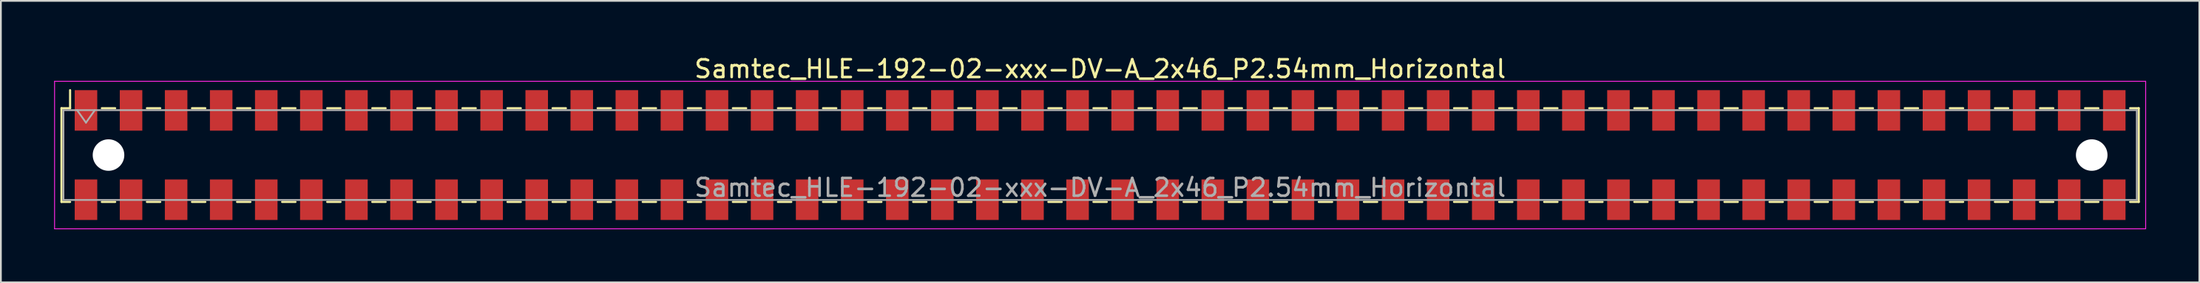
<source format=kicad_pcb>
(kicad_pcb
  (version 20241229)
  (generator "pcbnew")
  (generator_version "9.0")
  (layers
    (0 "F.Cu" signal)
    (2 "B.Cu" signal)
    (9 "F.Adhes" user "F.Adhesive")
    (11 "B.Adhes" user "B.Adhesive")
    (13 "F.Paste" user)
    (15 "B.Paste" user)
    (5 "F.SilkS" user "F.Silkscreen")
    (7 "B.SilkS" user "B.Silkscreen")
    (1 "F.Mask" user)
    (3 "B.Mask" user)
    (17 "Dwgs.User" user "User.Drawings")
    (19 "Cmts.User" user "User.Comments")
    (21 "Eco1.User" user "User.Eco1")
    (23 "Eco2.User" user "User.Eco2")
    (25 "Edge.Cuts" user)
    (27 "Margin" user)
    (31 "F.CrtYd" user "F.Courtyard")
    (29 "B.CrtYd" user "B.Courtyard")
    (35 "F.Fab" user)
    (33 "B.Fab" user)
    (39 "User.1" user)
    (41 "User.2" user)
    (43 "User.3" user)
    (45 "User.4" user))
  (footprint "Samtec_HLE-192-02-xxx-DV-A_2x46_P2.54mm_Horizontal"
    (layer "F.Cu")
    (at 58.945 5.718)
    (property "Reference" "Samtec_HLE-192-02-xxx-DV-A_2x46_P2.54mm_Horizontal" (at 0 -4.87 0) (layer "F.SilkS") (effects (font (size 1 1) (thickness 0.15))))
    (attr smd)
    (fp_line (start -58.53 -2.65) (end -58.53 2.65) (stroke (width 0.12) (type solid)) (layer "F.SilkS"))
    (fp_line (start -58.53 2.65) (end -58.045 2.65) (stroke (width 0.12) (type solid)) (layer "F.SilkS"))
    (fp_line (start -58.045 -3.67) (end -58.045 -2.65) (stroke (width 0.12) (type solid)) (layer "F.SilkS"))
    (fp_line (start -58.045 -2.65) (end -58.53 -2.65) (stroke (width 0.12) (type solid)) (layer "F.SilkS"))
    (fp_line (start -56.255 -2.65) (end -55.505 -2.65) (stroke (width 0.12) (type solid)) (layer "F.SilkS"))
    (fp_line (start -56.255 2.65) (end -55.505 2.65) (stroke (width 0.12) (type solid)) (layer "F.SilkS"))
    (fp_line (start -53.715 -2.65) (end -52.965 -2.65) (stroke (width 0.12) (type solid)) (layer "F.SilkS"))
    (fp_line (start -53.715 2.65) (end -52.965 2.65) (stroke (width 0.12) (type solid)) (layer "F.SilkS"))
    (fp_line (start -51.175 -2.65) (end -50.425 -2.65) (stroke (width 0.12) (type solid)) (layer "F.SilkS"))
    (fp_line (start -51.175 2.65) (end -50.425 2.65) (stroke (width 0.12) (type solid)) (layer "F.SilkS"))
    (fp_line (start -48.635 -2.65) (end -47.885 -2.65) (stroke (width 0.12) (type solid)) (layer "F.SilkS"))
    (fp_line (start -48.635 2.65) (end -47.885 2.65) (stroke (width 0.12) (type solid)) (layer "F.SilkS"))
    (fp_line (start -46.095 -2.65) (end -45.345 -2.65) (stroke (width 0.12) (type solid)) (layer "F.SilkS"))
    (fp_line (start -46.095 2.65) (end -45.345 2.65) (stroke (width 0.12) (type solid)) (layer "F.SilkS"))
    (fp_line (start -43.555 -2.65) (end -42.805 -2.65) (stroke (width 0.12) (type solid)) (layer "F.SilkS"))
    (fp_line (start -43.555 2.65) (end -42.805 2.65) (stroke (width 0.12) (type solid)) (layer "F.SilkS"))
    (fp_line (start -41.015 -2.65) (end -40.265 -2.65) (stroke (width 0.12) (type solid)) (layer "F.SilkS"))
    (fp_line (start -41.015 2.65) (end -40.265 2.65) (stroke (width 0.12) (type solid)) (layer "F.SilkS"))
    (fp_line (start -38.475 -2.65) (end -37.725 -2.65) (stroke (width 0.12) (type solid)) (layer "F.SilkS"))
    (fp_line (start -38.475 2.65) (end -37.725 2.65) (stroke (width 0.12) (type solid)) (layer "F.SilkS"))
    (fp_line (start -35.935 -2.65) (end -35.185 -2.65) (stroke (width 0.12) (type solid)) (layer "F.SilkS"))
    (fp_line (start -35.935 2.65) (end -35.185 2.65) (stroke (width 0.12) (type solid)) (layer "F.SilkS"))
    (fp_line (start -33.395 -2.65) (end -32.645 -2.65) (stroke (width 0.12) (type solid)) (layer "F.SilkS"))
    (fp_line (start -33.395 2.65) (end -32.645 2.65) (stroke (width 0.12) (type solid)) (layer "F.SilkS"))
    (fp_line (start -30.855 -2.65) (end -30.105 -2.65) (stroke (width 0.12) (type solid)) (layer "F.SilkS"))
    (fp_line (start -30.855 2.65) (end -30.105 2.65) (stroke (width 0.12) (type solid)) (layer "F.SilkS"))
    (fp_line (start -28.315 -2.65) (end -27.565 -2.65) (stroke (width 0.12) (type solid)) (layer "F.SilkS"))
    (fp_line (start -28.315 2.65) (end -27.565 2.65) (stroke (width 0.12) (type solid)) (layer "F.SilkS"))
    (fp_line (start -25.775 -2.65) (end -25.025 -2.65) (stroke (width 0.12) (type solid)) (layer "F.SilkS"))
    (fp_line (start -25.775 2.65) (end -25.025 2.65) (stroke (width 0.12) (type solid)) (layer "F.SilkS"))
    (fp_line (start -23.235 -2.65) (end -22.485 -2.65) (stroke (width 0.12) (type solid)) (layer "F.SilkS"))
    (fp_line (start -23.235 2.65) (end -22.485 2.65) (stroke (width 0.12) (type solid)) (layer "F.SilkS"))
    (fp_line (start -20.695 -2.65) (end -19.945 -2.65) (stroke (width 0.12) (type solid)) (layer "F.SilkS"))
    (fp_line (start -20.695 2.65) (end -19.945 2.65) (stroke (width 0.12) (type solid)) (layer "F.SilkS"))
    (fp_line (start -18.155 -2.65) (end -17.405 -2.65) (stroke (width 0.12) (type solid)) (layer "F.SilkS"))
    (fp_line (start -18.155 2.65) (end -17.405 2.65) (stroke (width 0.12) (type solid)) (layer "F.SilkS"))
    (fp_line (start -15.615 -2.65) (end -14.865 -2.65) (stroke (width 0.12) (type solid)) (layer "F.SilkS"))
    (fp_line (start -15.615 2.65) (end -14.865 2.65) (stroke (width 0.12) (type solid)) (layer "F.SilkS"))
    (fp_line (start -13.075 -2.65) (end -12.325 -2.65) (stroke (width 0.12) (type solid)) (layer "F.SilkS"))
    (fp_line (start -13.075 2.65) (end -12.325 2.65) (stroke (width 0.12) (type solid)) (layer "F.SilkS"))
    (fp_line (start -10.535 -2.65) (end -9.785 -2.65) (stroke (width 0.12) (type solid)) (layer "F.SilkS"))
    (fp_line (start -10.535 2.65) (end -9.785 2.65) (stroke (width 0.12) (type solid)) (layer "F.SilkS"))
    (fp_line (start -7.995 -2.65) (end -7.245 -2.65) (stroke (width 0.12) (type solid)) (layer "F.SilkS"))
    (fp_line (start -7.995 2.65) (end -7.245 2.65) (stroke (width 0.12) (type solid)) (layer "F.SilkS"))
    (fp_line (start -5.455 -2.65) (end -4.705 -2.65) (stroke (width 0.12) (type solid)) (layer "F.SilkS"))
    (fp_line (start -5.455 2.65) (end -4.705 2.65) (stroke (width 0.12) (type solid)) (layer "F.SilkS"))
    (fp_line (start -2.915 -2.65) (end -2.165 -2.65) (stroke (width 0.12) (type solid)) (layer "F.SilkS"))
    (fp_line (start -2.915 2.65) (end -2.165 2.65) (stroke (width 0.12) (type solid)) (layer "F.SilkS"))
    (fp_line (start -0.375 -2.65) (end 0.375 -2.65) (stroke (width 0.12) (type solid)) (layer "F.SilkS"))
    (fp_line (start -0.375 2.65) (end 0.375 2.65) (stroke (width 0.12) (type solid)) (layer "F.SilkS"))
    (fp_line (start 2.165 -2.65) (end 2.915 -2.65) (stroke (width 0.12) (type solid)) (layer "F.SilkS"))
    (fp_line (start 2.165 2.65) (end 2.915 2.65) (stroke (width 0.12) (type solid)) (layer "F.SilkS"))
    (fp_line (start 4.705 -2.65) (end 5.455 -2.65) (stroke (width 0.12) (type solid)) (layer "F.SilkS"))
    (fp_line (start 4.705 2.65) (end 5.455 2.65) (stroke (width 0.12) (type solid)) (layer "F.SilkS"))
    (fp_line (start 7.245 -2.65) (end 7.995 -2.65) (stroke (width 0.12) (type solid)) (layer "F.SilkS"))
    (fp_line (start 7.245 2.65) (end 7.995 2.65) (stroke (width 0.12) (type solid)) (layer "F.SilkS"))
    (fp_line (start 9.785 -2.65) (end 10.535 -2.65) (stroke (width 0.12) (type solid)) (layer "F.SilkS"))
    (fp_line (start 9.785 2.65) (end 10.535 2.65) (stroke (width 0.12) (type solid)) (layer "F.SilkS"))
    (fp_line (start 12.325 -2.65) (end 13.075 -2.65) (stroke (width 0.12) (type solid)) (layer "F.SilkS"))
    (fp_line (start 12.325 2.65) (end 13.075 2.65) (stroke (width 0.12) (type solid)) (layer "F.SilkS"))
    (fp_line (start 14.865 -2.65) (end 15.615 -2.65) (stroke (width 0.12) (type solid)) (layer "F.SilkS"))
    (fp_line (start 14.865 2.65) (end 15.615 2.65) (stroke (width 0.12) (type solid)) (layer "F.SilkS"))
    (fp_line (start 17.405 -2.65) (end 18.155 -2.65) (stroke (width 0.12) (type solid)) (layer "F.SilkS"))
    (fp_line (start 17.405 2.65) (end 18.155 2.65) (stroke (width 0.12) (type solid)) (layer "F.SilkS"))
    (fp_line (start 19.945 -2.65) (end 20.695 -2.65) (stroke (width 0.12) (type solid)) (layer "F.SilkS"))
    (fp_line (start 19.945 2.65) (end 20.695 2.65) (stroke (width 0.12) (type solid)) (layer "F.SilkS"))
    (fp_line (start 22.485 -2.65) (end 23.235 -2.65) (stroke (width 0.12) (type solid)) (layer "F.SilkS"))
    (fp_line (start 22.485 2.65) (end 23.235 2.65) (stroke (width 0.12) (type solid)) (layer "F.SilkS"))
    (fp_line (start 25.025 -2.65) (end 25.775 -2.65) (stroke (width 0.12) (type solid)) (layer "F.SilkS"))
    (fp_line (start 25.025 2.65) (end 25.775 2.65) (stroke (width 0.12) (type solid)) (layer "F.SilkS"))
    (fp_line (start 27.565 -2.65) (end 28.315 -2.65) (stroke (width 0.12) (type solid)) (layer "F.SilkS"))
    (fp_line (start 27.565 2.65) (end 28.315 2.65) (stroke (width 0.12) (type solid)) (layer "F.SilkS"))
    (fp_line (start 30.105 -2.65) (end 30.855 -2.65) (stroke (width 0.12) (type solid)) (layer "F.SilkS"))
    (fp_line (start 30.105 2.65) (end 30.855 2.65) (stroke (width 0.12) (type solid)) (layer "F.SilkS"))
    (fp_line (start 32.645 -2.65) (end 33.395 -2.65) (stroke (width 0.12) (type solid)) (layer "F.SilkS"))
    (fp_line (start 32.645 2.65) (end 33.395 2.65) (stroke (width 0.12) (type solid)) (layer "F.SilkS"))
    (fp_line (start 35.185 -2.65) (end 35.935 -2.65) (stroke (width 0.12) (type solid)) (layer "F.SilkS"))
    (fp_line (start 35.185 2.65) (end 35.935 2.65) (stroke (width 0.12) (type solid)) (layer "F.SilkS"))
    (fp_line (start 37.725 -2.65) (end 38.475 -2.65) (stroke (width 0.12) (type solid)) (layer "F.SilkS"))
    (fp_line (start 37.725 2.65) (end 38.475 2.65) (stroke (width 0.12) (type solid)) (layer "F.SilkS"))
    (fp_line (start 40.265 -2.65) (end 41.015 -2.65) (stroke (width 0.12) (type solid)) (layer "F.SilkS"))
    (fp_line (start 40.265 2.65) (end 41.015 2.65) (stroke (width 0.12) (type solid)) (layer "F.SilkS"))
    (fp_line (start 42.805 -2.65) (end 43.555 -2.65) (stroke (width 0.12) (type solid)) (layer "F.SilkS"))
    (fp_line (start 42.805 2.65) (end 43.555 2.65) (stroke (width 0.12) (type solid)) (layer "F.SilkS"))
    (fp_line (start 45.345 -2.65) (end 46.095 -2.65) (stroke (width 0.12) (type solid)) (layer "F.SilkS"))
    (fp_line (start 45.345 2.65) (end 46.095 2.65) (stroke (width 0.12) (type solid)) (layer "F.SilkS"))
    (fp_line (start 47.885 -2.65) (end 48.635 -2.65) (stroke (width 0.12) (type solid)) (layer "F.SilkS"))
    (fp_line (start 47.885 2.65) (end 48.635 2.65) (stroke (width 0.12) (type solid)) (layer "F.SilkS"))
    (fp_line (start 50.425 -2.65) (end 51.175 -2.65) (stroke (width 0.12) (type solid)) (layer "F.SilkS"))
    (fp_line (start 50.425 2.65) (end 51.175 2.65) (stroke (width 0.12) (type solid)) (layer "F.SilkS"))
    (fp_line (start 52.965 -2.65) (end 53.715 -2.65) (stroke (width 0.12) (type solid)) (layer "F.SilkS"))
    (fp_line (start 52.965 2.65) (end 53.715 2.65) (stroke (width 0.12) (type solid)) (layer "F.SilkS"))
    (fp_line (start 55.505 -2.65) (end 56.255 -2.65) (stroke (width 0.12) (type solid)) (layer "F.SilkS"))
    (fp_line (start 55.505 2.65) (end 56.255 2.65) (stroke (width 0.12) (type solid)) (layer "F.SilkS"))
    (fp_line (start 58.045 -2.65) (end 58.53 -2.65) (stroke (width 0.12) (type solid)) (layer "F.SilkS"))
    (fp_line (start 58.53 -2.65) (end 58.53 2.65) (stroke (width 0.12) (type solid)) (layer "F.SilkS"))
    (fp_line (start 58.53 2.65) (end 58.045 2.65) (stroke (width 0.12) (type solid)) (layer "F.SilkS"))
    (fp_line (start -58.92 -4.17) (end 58.92 -4.17) (stroke (width 0.05) (type solid)) (layer "F.CrtYd"))
    (fp_line (start -58.92 4.17) (end -58.92 -4.17) (stroke (width 0.05) (type solid)) (layer "F.CrtYd"))
    (fp_line (start 58.92 -4.17) (end 58.92 4.17) (stroke (width 0.05) (type solid)) (layer "F.CrtYd"))
    (fp_line (start 58.92 4.17) (end -58.92 4.17) (stroke (width 0.05) (type solid)) (layer "F.CrtYd"))
    (fp_line (start -58.42 -2.54) (end 58.42 -2.54) (stroke (width 0.1) (type solid)) (layer "F.Fab"))
    (fp_line (start -58.42 2.54) (end -58.42 -2.54) (stroke (width 0.1) (type solid)) (layer "F.Fab"))
    (fp_line (start -57.65 -2.54) (end -57.15 -1.833) (stroke (width 0.1) (type solid)) (layer "F.Fab"))
    (fp_line (start -57.15 -1.833) (end -56.65 -2.54) (stroke (width 0.1) (type solid)) (layer "F.Fab"))
    (fp_line (start 58.42 -2.54) (end 58.42 2.54) (stroke (width 0.1) (type solid)) (layer "F.Fab"))
    (fp_line (start 58.42 2.54) (end -58.42 2.54) (stroke (width 0.1) (type solid)) (layer "F.Fab"))
    (fp_text user "${REFERENCE}" (at 0 1.84 0) (layer "F.Fab") (effects (font (size 1 1) (thickness 0.15))))
    (pad "" np_thru_hole circle (at -55.88 0) (size 1.78 1.78) (drill 1.78) (layers "*.Cu" "*.Mask"))
    (pad "" np_thru_hole circle (at 55.88 0) (size 1.78 1.78) (drill 1.78) (layers "*.Cu" "*.Mask"))
    (pad "1" smd rect (at -57.15 -2.525) (size 1.27 2.29) (layers "F.Cu" "F.Mask" "F.Paste"))
    (pad "2" smd rect (at -57.15 2.525) (size 1.27 2.29) (layers "F.Cu" "F.Mask" "F.Paste"))
    (pad "3" smd rect (at -54.61 -2.525) (size 1.27 2.29) (layers "F.Cu" "F.Mask" "F.Paste"))
    (pad "4" smd rect (at -54.61 2.525) (size 1.27 2.29) (layers "F.Cu" "F.Mask" "F.Paste"))
    (pad "5" smd rect (at -52.07 -2.525) (size 1.27 2.29) (layers "F.Cu" "F.Mask" "F.Paste"))
    (pad "6" smd rect (at -52.07 2.525) (size 1.27 2.29) (layers "F.Cu" "F.Mask" "F.Paste"))
    (pad "7" smd rect (at -49.53 -2.525) (size 1.27 2.29) (layers "F.Cu" "F.Mask" "F.Paste"))
    (pad "8" smd rect (at -49.53 2.525) (size 1.27 2.29) (layers "F.Cu" "F.Mask" "F.Paste"))
    (pad "9" smd rect (at -46.99 -2.525) (size 1.27 2.29) (layers "F.Cu" "F.Mask" "F.Paste"))
    (pad "10" smd rect (at -46.99 2.525) (size 1.27 2.29) (layers "F.Cu" "F.Mask" "F.Paste"))
    (pad "11" smd rect (at -44.45 -2.525) (size 1.27 2.29) (layers "F.Cu" "F.Mask" "F.Paste"))
    (pad "12" smd rect (at -44.45 2.525) (size 1.27 2.29) (layers "F.Cu" "F.Mask" "F.Paste"))
    (pad "13" smd rect (at -41.91 -2.525) (size 1.27 2.29) (layers "F.Cu" "F.Mask" "F.Paste"))
    (pad "14" smd rect (at -41.91 2.525) (size 1.27 2.29) (layers "F.Cu" "F.Mask" "F.Paste"))
    (pad "15" smd rect (at -39.37 -2.525) (size 1.27 2.29) (layers "F.Cu" "F.Mask" "F.Paste"))
    (pad "16" smd rect (at -39.37 2.525) (size 1.27 2.29) (layers "F.Cu" "F.Mask" "F.Paste"))
    (pad "17" smd rect (at -36.83 -2.525) (size 1.27 2.29) (layers "F.Cu" "F.Mask" "F.Paste"))
    (pad "18" smd rect (at -36.83 2.525) (size 1.27 2.29) (layers "F.Cu" "F.Mask" "F.Paste"))
    (pad "19" smd rect (at -34.29 -2.525) (size 1.27 2.29) (layers "F.Cu" "F.Mask" "F.Paste"))
    (pad "20" smd rect (at -34.29 2.525) (size 1.27 2.29) (layers "F.Cu" "F.Mask" "F.Paste"))
    (pad "21" smd rect (at -31.75 -2.525) (size 1.27 2.29) (layers "F.Cu" "F.Mask" "F.Paste"))
    (pad "22" smd rect (at -31.75 2.525) (size 1.27 2.29) (layers "F.Cu" "F.Mask" "F.Paste"))
    (pad "23" smd rect (at -29.21 -2.525) (size 1.27 2.29) (layers "F.Cu" "F.Mask" "F.Paste"))
    (pad "24" smd rect (at -29.21 2.525) (size 1.27 2.29) (layers "F.Cu" "F.Mask" "F.Paste"))
    (pad "25" smd rect (at -26.67 -2.525) (size 1.27 2.29) (layers "F.Cu" "F.Mask" "F.Paste"))
    (pad "26" smd rect (at -26.67 2.525) (size 1.27 2.29) (layers "F.Cu" "F.Mask" "F.Paste"))
    (pad "27" smd rect (at -24.13 -2.525) (size 1.27 2.29) (layers "F.Cu" "F.Mask" "F.Paste"))
    (pad "28" smd rect (at -24.13 2.525) (size 1.27 2.29) (layers "F.Cu" "F.Mask" "F.Paste"))
    (pad "29" smd rect (at -21.59 -2.525) (size 1.27 2.29) (layers "F.Cu" "F.Mask" "F.Paste"))
    (pad "30" smd rect (at -21.59 2.525) (size 1.27 2.29) (layers "F.Cu" "F.Mask" "F.Paste"))
    (pad "31" smd rect (at -19.05 -2.525) (size 1.27 2.29) (layers "F.Cu" "F.Mask" "F.Paste"))
    (pad "32" smd rect (at -19.05 2.525) (size 1.27 2.29) (layers "F.Cu" "F.Mask" "F.Paste"))
    (pad "33" smd rect (at -16.51 -2.525) (size 1.27 2.29) (layers "F.Cu" "F.Mask" "F.Paste"))
    (pad "34" smd rect (at -16.51 2.525) (size 1.27 2.29) (layers "F.Cu" "F.Mask" "F.Paste"))
    (pad "35" smd rect (at -13.97 -2.525) (size 1.27 2.29) (layers "F.Cu" "F.Mask" "F.Paste"))
    (pad "36" smd rect (at -13.97 2.525) (size 1.27 2.29) (layers "F.Cu" "F.Mask" "F.Paste"))
    (pad "37" smd rect (at -11.43 -2.525) (size 1.27 2.29) (layers "F.Cu" "F.Mask" "F.Paste"))
    (pad "38" smd rect (at -11.43 2.525) (size 1.27 2.29) (layers "F.Cu" "F.Mask" "F.Paste"))
    (pad "39" smd rect (at -8.89 -2.525) (size 1.27 2.29) (layers "F.Cu" "F.Mask" "F.Paste"))
    (pad "40" smd rect (at -8.89 2.525) (size 1.27 2.29) (layers "F.Cu" "F.Mask" "F.Paste"))
    (pad "41" smd rect (at -6.35 -2.525) (size 1.27 2.29) (layers "F.Cu" "F.Mask" "F.Paste"))
    (pad "42" smd rect (at -6.35 2.525) (size 1.27 2.29) (layers "F.Cu" "F.Mask" "F.Paste"))
    (pad "43" smd rect (at -3.81 -2.525) (size 1.27 2.29) (layers "F.Cu" "F.Mask" "F.Paste"))
    (pad "44" smd rect (at -3.81 2.525) (size 1.27 2.29) (layers "F.Cu" "F.Mask" "F.Paste"))
    (pad "45" smd rect (at -1.27 -2.525) (size 1.27 2.29) (layers "F.Cu" "F.Mask" "F.Paste"))
    (pad "46" smd rect (at -1.27 2.525) (size 1.27 2.29) (layers "F.Cu" "F.Mask" "F.Paste"))
    (pad "47" smd rect (at 1.27 -2.525) (size 1.27 2.29) (layers "F.Cu" "F.Mask" "F.Paste"))
    (pad "48" smd rect (at 1.27 2.525) (size 1.27 2.29) (layers "F.Cu" "F.Mask" "F.Paste"))
    (pad "49" smd rect (at 3.81 -2.525) (size 1.27 2.29) (layers "F.Cu" "F.Mask" "F.Paste"))
    (pad "50" smd rect (at 3.81 2.525) (size 1.27 2.29) (layers "F.Cu" "F.Mask" "F.Paste"))
    (pad "51" smd rect (at 6.35 -2.525) (size 1.27 2.29) (layers "F.Cu" "F.Mask" "F.Paste"))
    (pad "52" smd rect (at 6.35 2.525) (size 1.27 2.29) (layers "F.Cu" "F.Mask" "F.Paste"))
    (pad "53" smd rect (at 8.89 -2.525) (size 1.27 2.29) (layers "F.Cu" "F.Mask" "F.Paste"))
    (pad "54" smd rect (at 8.89 2.525) (size 1.27 2.29) (layers "F.Cu" "F.Mask" "F.Paste"))
    (pad "55" smd rect (at 11.43 -2.525) (size 1.27 2.29) (layers "F.Cu" "F.Mask" "F.Paste"))
    (pad "56" smd rect (at 11.43 2.525) (size 1.27 2.29) (layers "F.Cu" "F.Mask" "F.Paste"))
    (pad "57" smd rect (at 13.97 -2.525) (size 1.27 2.29) (layers "F.Cu" "F.Mask" "F.Paste"))
    (pad "58" smd rect (at 13.97 2.525) (size 1.27 2.29) (layers "F.Cu" "F.Mask" "F.Paste"))
    (pad "59" smd rect (at 16.51 -2.525) (size 1.27 2.29) (layers "F.Cu" "F.Mask" "F.Paste"))
    (pad "60" smd rect (at 16.51 2.525) (size 1.27 2.29) (layers "F.Cu" "F.Mask" "F.Paste"))
    (pad "61" smd rect (at 19.05 -2.525) (size 1.27 2.29) (layers "F.Cu" "F.Mask" "F.Paste"))
    (pad "62" smd rect (at 19.05 2.525) (size 1.27 2.29) (layers "F.Cu" "F.Mask" "F.Paste"))
    (pad "63" smd rect (at 21.59 -2.525) (size 1.27 2.29) (layers "F.Cu" "F.Mask" "F.Paste"))
    (pad "64" smd rect (at 21.59 2.525) (size 1.27 2.29) (layers "F.Cu" "F.Mask" "F.Paste"))
    (pad "65" smd rect (at 24.13 -2.525) (size 1.27 2.29) (layers "F.Cu" "F.Mask" "F.Paste"))
    (pad "66" smd rect (at 24.13 2.525) (size 1.27 2.29) (layers "F.Cu" "F.Mask" "F.Paste"))
    (pad "67" smd rect (at 26.67 -2.525) (size 1.27 2.29) (layers "F.Cu" "F.Mask" "F.Paste"))
    (pad "68" smd rect (at 26.67 2.525) (size 1.27 2.29) (layers "F.Cu" "F.Mask" "F.Paste"))
    (pad "69" smd rect (at 29.21 -2.525) (size 1.27 2.29) (layers "F.Cu" "F.Mask" "F.Paste"))
    (pad "70" smd rect (at 29.21 2.525) (size 1.27 2.29) (layers "F.Cu" "F.Mask" "F.Paste"))
    (pad "71" smd rect (at 31.75 -2.525) (size 1.27 2.29) (layers "F.Cu" "F.Mask" "F.Paste"))
    (pad "72" smd rect (at 31.75 2.525) (size 1.27 2.29) (layers "F.Cu" "F.Mask" "F.Paste"))
    (pad "73" smd rect (at 34.29 -2.525) (size 1.27 2.29) (layers "F.Cu" "F.Mask" "F.Paste"))
    (pad "74" smd rect (at 34.29 2.525) (size 1.27 2.29) (layers "F.Cu" "F.Mask" "F.Paste"))
    (pad "75" smd rect (at 36.83 -2.525) (size 1.27 2.29) (layers "F.Cu" "F.Mask" "F.Paste"))
    (pad "76" smd rect (at 36.83 2.525) (size 1.27 2.29) (layers "F.Cu" "F.Mask" "F.Paste"))
    (pad "77" smd rect (at 39.37 -2.525) (size 1.27 2.29) (layers "F.Cu" "F.Mask" "F.Paste"))
    (pad "78" smd rect (at 39.37 2.525) (size 1.27 2.29) (layers "F.Cu" "F.Mask" "F.Paste"))
    (pad "79" smd rect (at 41.91 -2.525) (size 1.27 2.29) (layers "F.Cu" "F.Mask" "F.Paste"))
    (pad "80" smd rect (at 41.91 2.525) (size 1.27 2.29) (layers "F.Cu" "F.Mask" "F.Paste"))
    (pad "81" smd rect (at 44.45 -2.525) (size 1.27 2.29) (layers "F.Cu" "F.Mask" "F.Paste"))
    (pad "82" smd rect (at 44.45 2.525) (size 1.27 2.29) (layers "F.Cu" "F.Mask" "F.Paste"))
    (pad "83" smd rect (at 46.99 -2.525) (size 1.27 2.29) (layers "F.Cu" "F.Mask" "F.Paste"))
    (pad "84" smd rect (at 46.99 2.525) (size 1.27 2.29) (layers "F.Cu" "F.Mask" "F.Paste"))
    (pad "85" smd rect (at 49.53 -2.525) (size 1.27 2.29) (layers "F.Cu" "F.Mask" "F.Paste"))
    (pad "86" smd rect (at 49.53 2.525) (size 1.27 2.29) (layers "F.Cu" "F.Mask" "F.Paste"))
    (pad "87" smd rect (at 52.07 -2.525) (size 1.27 2.29) (layers "F.Cu" "F.Mask" "F.Paste"))
    (pad "88" smd rect (at 52.07 2.525) (size 1.27 2.29) (layers "F.Cu" "F.Mask" "F.Paste"))
    (pad "89" smd rect (at 54.61 -2.525) (size 1.27 2.29) (layers "F.Cu" "F.Mask" "F.Paste"))
    (pad "90" smd rect (at 54.61 2.525) (size 1.27 2.29) (layers "F.Cu" "F.Mask" "F.Paste"))
    (pad "91" smd rect (at 57.15 -2.525) (size 1.27 2.29) (layers "F.Cu" "F.Mask" "F.Paste"))
    (pad "92" smd rect (at 57.15 2.525) (size 1.27 2.29) (layers "F.Cu" "F.Mask" "F.Paste")))
  (gr_rect
    (start -3 -3)
    (end 120.89 12.913)
    (stroke (width 0.1) (type default))
    (fill no)
    (layer "Edge.Cuts")))
</source>
